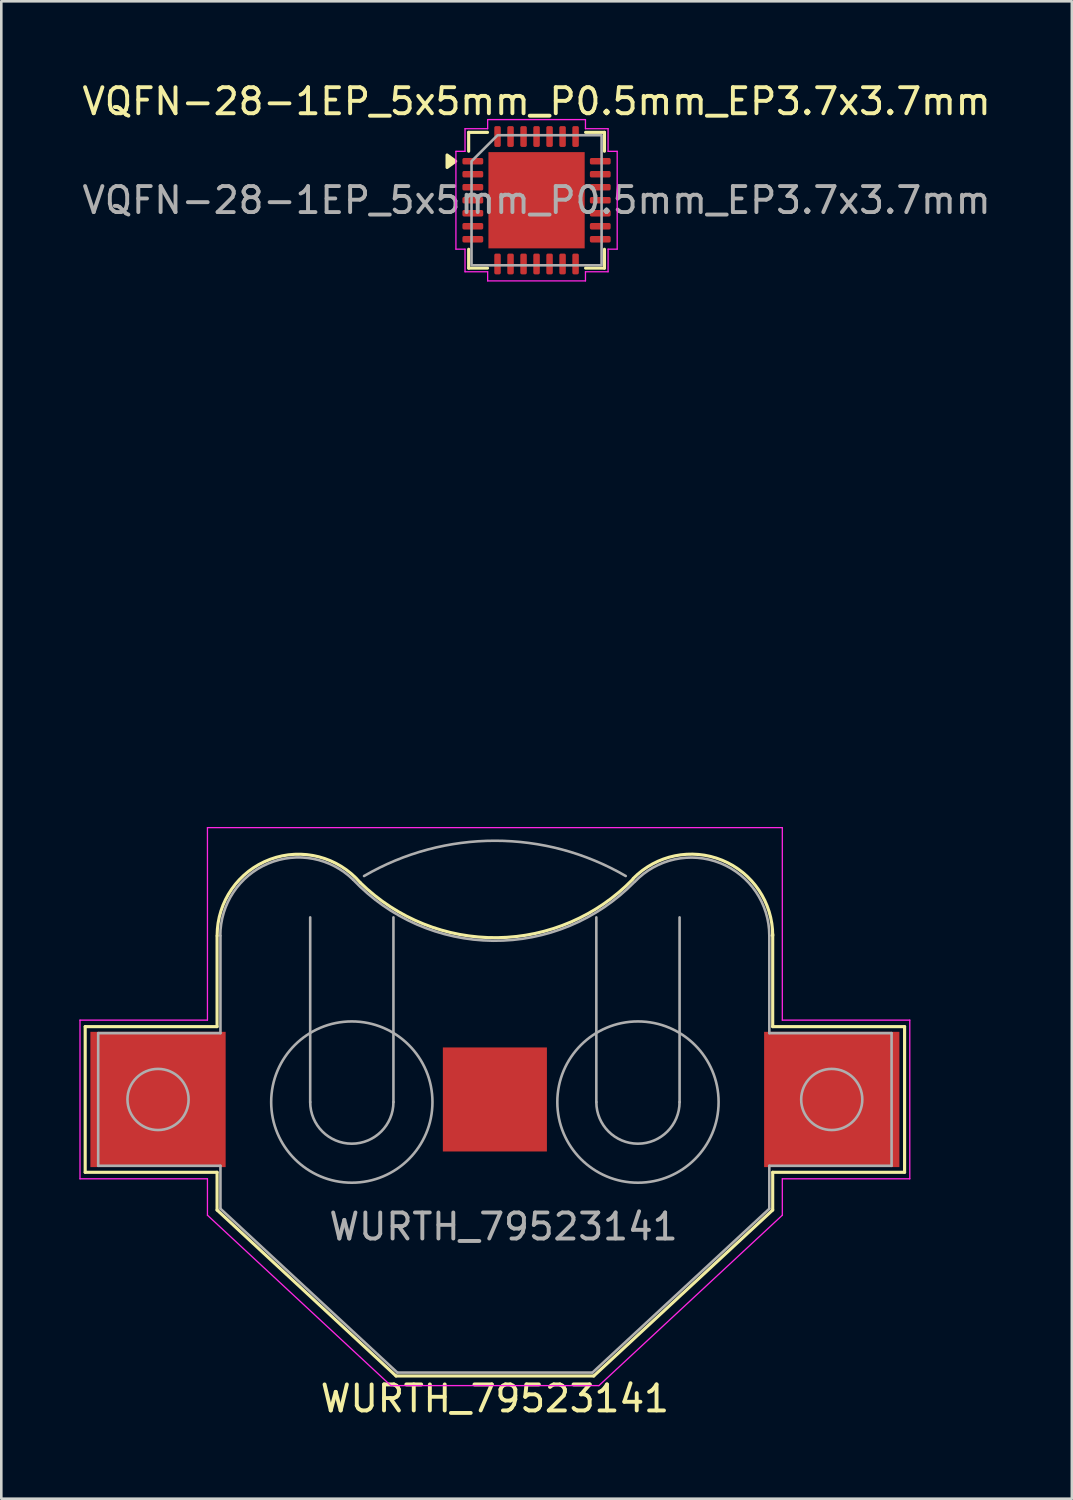
<source format=kicad_pcb>
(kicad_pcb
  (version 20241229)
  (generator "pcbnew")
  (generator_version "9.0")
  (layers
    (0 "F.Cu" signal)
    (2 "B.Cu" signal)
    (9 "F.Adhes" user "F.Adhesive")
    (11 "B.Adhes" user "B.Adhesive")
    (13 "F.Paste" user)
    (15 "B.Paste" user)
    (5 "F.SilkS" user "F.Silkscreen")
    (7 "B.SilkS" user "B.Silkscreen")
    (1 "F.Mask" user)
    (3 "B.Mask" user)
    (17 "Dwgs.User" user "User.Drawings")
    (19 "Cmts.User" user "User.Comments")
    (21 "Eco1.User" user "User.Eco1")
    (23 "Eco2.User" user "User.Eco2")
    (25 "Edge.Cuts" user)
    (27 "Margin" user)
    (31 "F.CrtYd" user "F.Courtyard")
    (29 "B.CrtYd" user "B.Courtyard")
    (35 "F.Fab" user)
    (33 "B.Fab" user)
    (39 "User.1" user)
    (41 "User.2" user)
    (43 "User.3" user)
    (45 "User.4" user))
  (footprint "WURTH_79523141"
    (layer "F.Cu")
    (at 15.975 39.217)
    (property "Reference" "WURTH_79523141" (at 0 11.5 0) (layer "F.SilkS") (effects (font (size 1 1) (thickness 0.15))))
    (attr smd)
    (fp_line (start -15.75 -2.8) (end -10.68 -2.8) (stroke (width 0.12) (type solid)) (layer "F.SilkS"))
    (fp_line (start -15.75 2.8) (end -15.75 -2.8) (stroke (width 0.12) (type solid)) (layer "F.SilkS"))
    (fp_line (start -15.75 2.8) (end -10.68 2.8) (stroke (width 0.12) (type solid)) (layer "F.SilkS"))
    (fp_line (start -10.68 -2.8) (end -10.68 -6.28) (stroke (width 0.12) (type solid)) (layer "F.SilkS"))
    (fp_line (start -10.68 2.8) (end -10.68 4.25) (stroke (width 0.12) (type solid)) (layer "F.SilkS"))
    (fp_line (start -10.68 4.25) (end -3.8 10.63) (stroke (width 0.12) (type solid)) (layer "F.SilkS"))
    (fp_line (start 3.8 10.63) (end -3.8 10.63) (stroke (width 0.12) (type solid)) (layer "F.SilkS"))
    (fp_line (start 10.68 -2.8) (end 10.68 -6.35) (stroke (width 0.12) (type solid)) (layer "F.SilkS"))
    (fp_line (start 10.68 2.8) (end 10.68 4.25) (stroke (width 0.12) (type solid)) (layer "F.SilkS"))
    (fp_line (start 10.68 2.8) (end 15.75 2.8) (stroke (width 0.12) (type solid)) (layer "F.SilkS"))
    (fp_line (start 10.68 4.25) (end 3.8 10.63) (stroke (width 0.12) (type solid)) (layer "F.SilkS"))
    (fp_line (start 15.75 -2.8) (end 10.68 -2.8) (stroke (width 0.12) (type solid)) (layer "F.SilkS"))
    (fp_line (start 15.75 2.8) (end 15.75 -2.8) (stroke (width 0.12) (type solid)) (layer "F.SilkS"))
    (fp_arc (start -10.677058 -6.3) (mid -8.637972 -9.23169) (end -5.180001 -8.339999) (stroke (width 0.12) (type solid)) (layer "F.SilkS"))
    (fp_arc (start 5.306422 -8.467392) (mid 0.096808 -6.218103) (end -5.169999 -8.330001) (stroke (width 0.12) (type solid)) (layer "F.SilkS"))
    (fp_arc (start 5.316452 -8.492753) (mid 8.734461 -9.197232) (end 10.68 -6.3) (stroke (width 0.12) (type solid)) (layer "F.SilkS"))
    (fp_line (start -15.95 -3.05) (end -15.95 3.05) (stroke (width 0.05) (type solid)) (layer "F.CrtYd"))
    (fp_line (start -15.95 -3.05) (end -11.05 -3.05) (stroke (width 0.05) (type solid)) (layer "F.CrtYd"))
    (fp_line (start -15.95 3.05) (end -11.05 3.05) (stroke (width 0.05) (type solid)) (layer "F.CrtYd"))
    (fp_line (start -11.05 -10.45) (end 11.05 -10.45) (stroke (width 0.05) (type solid)) (layer "F.CrtYd"))
    (fp_line (start -11.05 -3.05) (end -11.05 -10.45) (stroke (width 0.05) (type solid)) (layer "F.CrtYd"))
    (fp_line (start -11.05 3.05) (end -11.05 4.45) (stroke (width 0.05) (type solid)) (layer "F.CrtYd"))
    (fp_line (start -11.05 4.45) (end -4 11) (stroke (width 0.05) (type solid)) (layer "F.CrtYd"))
    (fp_line (start -4 11) (end 4 11) (stroke (width 0.05) (type solid)) (layer "F.CrtYd"))
    (fp_line (start 4 11) (end 11.05 4.45) (stroke (width 0.05) (type solid)) (layer "F.CrtYd"))
    (fp_line (start 11.05 -3.05) (end 11.05 -10.45) (stroke (width 0.05) (type solid)) (layer "F.CrtYd"))
    (fp_line (start 11.05 -3.05) (end 15.95 -3.05) (stroke (width 0.05) (type solid)) (layer "F.CrtYd"))
    (fp_line (start 11.05 3.05) (end 11.05 4.45) (stroke (width 0.05) (type solid)) (layer "F.CrtYd"))
    (fp_line (start 11.05 3.05) (end 15.95 3.05) (stroke (width 0.05) (type solid)) (layer "F.CrtYd"))
    (fp_line (start 15.95 3.05) (end 15.95 -3.05) (stroke (width 0.05) (type solid)) (layer "F.CrtYd"))
    (fp_line (start -15.25 -2.55) (end -15.25 2.55) (stroke (width 0.1) (type solid)) (layer "F.Fab"))
    (fp_line (start -15.25 -2.55) (end -10.55 -2.55) (stroke (width 0.1) (type solid)) (layer "F.Fab"))
    (fp_line (start -15.25 2.55) (end -10.55 2.55) (stroke (width 0.1) (type solid)) (layer "F.Fab"))
    (fp_line (start -10.55 -6.29) (end -10.55 -2.55) (stroke (width 0.1) (type solid)) (layer "F.Fab"))
    (fp_line (start -10.55 2.55) (end -10.55 4.2) (stroke (width 0.1) (type solid)) (layer "F.Fab"))
    (fp_line (start -10.55 4.2) (end -3.75 10.5) (stroke (width 0.1) (type solid)) (layer "F.Fab"))
    (fp_line (start -7.1 0.1) (end -7.1 -7) (stroke (width 0.1) (type solid)) (layer "F.Fab"))
    (fp_line (start -3.9 0.1) (end -3.9 -7) (stroke (width 0.1) (type solid)) (layer "F.Fab"))
    (fp_line (start -3.75 10.5) (end 3.75 10.5) (stroke (width 0.1) (type solid)) (layer "F.Fab"))
    (fp_line (start 3.9 0.1) (end 3.9 -7) (stroke (width 0.1) (type solid)) (layer "F.Fab"))
    (fp_line (start 7.1 0.1) (end 7.1 -7) (stroke (width 0.1) (type solid)) (layer "F.Fab"))
    (fp_line (start 10.55 -6.3) (end 10.55 -2.55) (stroke (width 0.1) (type solid)) (layer "F.Fab"))
    (fp_line (start 10.55 -2.55) (end 15.25 -2.55) (stroke (width 0.1) (type solid)) (layer "F.Fab"))
    (fp_line (start 10.55 2.55) (end 10.55 4.2) (stroke (width 0.1) (type solid)) (layer "F.Fab"))
    (fp_line (start 10.55 2.55) (end 15.25 2.55) (stroke (width 0.1) (type solid)) (layer "F.Fab"))
    (fp_line (start 10.55 4.2) (end 3.75 10.5) (stroke (width 0.1) (type solid)) (layer "F.Fab"))
    (fp_line (start 15.25 2.55) (end 15.25 -2.55) (stroke (width 0.1) (type solid)) (layer "F.Fab"))
    (fp_arc (start -10.55541 -6.3) (mid -8.716433 -9.069824) (end -5.450001 -8.449999) (stroke (width 0.1) (type solid)) (layer "F.Fab"))
    (fp_arc (start -5.03 -8.59) (mid 0.000119 -9.946168) (end 5.030206 -8.58988) (stroke (width 0.1) (type default)) (layer "F.Fab"))
    (fp_arc (start -3.9 0.1) (mid -5.5 1.7) (end -7.1 0.1) (stroke (width 0.1) (type solid)) (layer "F.Fab"))
    (fp_arc (start 5.351903 -8.348132) (mid -0.070711 -6.102001) (end -5.449999 -8.450001) (stroke (width 0.1) (type solid)) (layer "F.Fab"))
    (fp_arc (start 5.376326 -8.367641) (mid 8.663323 -9.085769) (end 10.55 -6.3) (stroke (width 0.1) (type solid)) (layer "F.Fab"))
    (fp_arc (start 7.1 0.1) (mid 5.5 1.7) (end 3.9 0.1) (stroke (width 0.1) (type solid)) (layer "F.Fab"))
    (fp_circle (center -12.95 0) (end -11.775 0) (stroke (width 0.1) (type solid)) (fill no) (layer "F.Fab"))
    (fp_circle (center -5.5 0.1) (end -2.4 0.1) (stroke (width 0.1) (type solid)) (fill no) (layer "F.Fab"))
    (fp_circle (center 5.5 0.1) (end 8.6 0.1) (stroke (width 0.1) (type solid)) (fill no) (layer "F.Fab"))
    (fp_circle (center 12.95 0) (end 14.125 0) (stroke (width 0.1) (type solid)) (fill no) (layer "F.Fab"))
    (fp_text user "${REFERENCE}" (at 0.33 4.89 0) (layer "F.Fab") (effects (font (size 1 1) (thickness 0.15))))
    (pad "1" smd rect (at -12.95 0) (size 5.2 5.2) (layers "F.Cu" "F.Mask" "F.Paste"))
    (pad "1" smd rect (at 12.95 0) (size 5.2 5.2) (layers "F.Cu" "F.Mask" "F.Paste"))
    (pad "2" smd rect (at 0 0) (size 4 4) (layers "F.Cu" "F.Mask" "F.Paste"))
    (zone (net_name "") (layers "F.Cu" "F.Fab") (hatch edge 0.5) (connect_pads) (min_thickness 0.25) (filled_areas_thickness no) (keepout (tracks allowed) (vias allowed) (pads allowed) (copperpour allowed) (footprints not_allowed)) (placement (enabled no)) (fill) (polygon (pts (xy 16.944 10.813) (xy 17.589 10.893) (xy 18.228 11.012) (xy 18.858 11.171) (xy 19.477 11.368) (xy 20.083 11.603) (xy 20.674 11.874) (xy 21.246 12.182) (xy 21.798 12.524) (xy 22.329 12.899) (xy 22.835 13.307) (xy 23.315 13.744) (xy 23.768 14.211) (xy 24.19 14.704) (xy 24.582 15.223) (xy 24.941 15.764) (xy 25.266 16.327) (xy 25.555 16.909) (xy 25.809 17.507) (xy 26.025 18.12) (xy 26.202 18.745) (xy 26.341 19.38) (xy 26.441 20.022) (xy 26.501 20.669) (xy 26.521 21.318) (xy 26.501 21.968) (xy 26.441 22.615) (xy 26.341 23.257) (xy 26.202 23.892) (xy 26.025 24.517) (xy 25.809 25.13) (xy 25.555 25.728) (xy 25.266 26.31) (xy 24.941 26.872) (xy 24.582 27.414) (xy 24.19 27.932) (xy 23.768 28.426) (xy 23.315 28.892) (xy 22.835 29.33) (xy 22.329 29.738) (xy 21.798 30.113) (xy 21.246 30.455) (xy 20.674 30.762) (xy 20.083 31.034) (xy 19.477 31.269) (xy 18.858 31.466) (xy 18.228 31.624) (xy 17.589 31.744) (xy 16.944 31.823) (xy 16.296 31.863) (xy 15.646 31.863) (xy 14.998 31.823) (xy 14.353 31.744) (xy 13.714 31.624) (xy 13.084 31.466) (xy 12.465 31.269) (xy 11.859 31.034) (xy 11.268 30.762) (xy 10.696 30.455) (xy 10.143 30.113) (xy 9.613 29.738) (xy 9.107 29.33) (xy 8.627 28.892) (xy 8.174 28.426) (xy 7.752 27.932) (xy 7.36 27.414) (xy 7.001 26.872) (xy 6.676 26.31) (xy 6.387 25.728) (xy 6.133 25.13) (xy 5.917 24.517) (xy 5.739 23.892) (xy 5.6 23.257) (xy 5.501 22.615) (xy 5.441 21.968) (xy 5.421 21.318) (xy 5.441 20.669) (xy 5.501 20.022) (xy 5.6 19.38) (xy 5.739 18.745) (xy 5.917 18.12) (xy 6.133 17.507) (xy 6.387 16.909) (xy 6.676 16.327) (xy 7.001 15.764) (xy 7.36 15.223) (xy 7.752 14.704) (xy 8.174 14.211) (xy 8.627 13.744) (xy 9.107 13.307) (xy 9.613 12.899) (xy 10.143 12.524) (xy 10.696 12.182) (xy 11.268 11.874) (xy 11.859 11.603) (xy 12.465 11.368) (xy 13.084 11.171) (xy 13.714 11.012) (xy 14.353 10.893) (xy 14.998 10.813) (xy 15.646 10.773) (xy 16.296 10.773)))))
  (footprint "VQFN-28-1EP_5x5mm_P0.5mm_EP3.7x3.7mm"
    (layer "F.Cu")
    (at 17.577 4.648)
    (property "Reference" "VQFN-28-1EP_5x5mm_P0.5mm_EP3.7x3.7mm" (at 0 -3.8 0) (layer "F.SilkS") (effects (font (size 1 1) (thickness 0.15))))
    (attr smd)
    (fp_line (start -2.61 -2.61) (end -1.885 -2.61) (stroke (width 0.12) (type solid)) (layer "F.SilkS"))
    (fp_line (start -2.61 -1.885) (end -2.61 -2.61) (stroke (width 0.12) (type solid)) (layer "F.SilkS"))
    (fp_line (start -2.61 2.61) (end -2.61 1.885) (stroke (width 0.12) (type solid)) (layer "F.SilkS"))
    (fp_line (start -1.885 2.61) (end -2.61 2.61) (stroke (width 0.12) (type solid)) (layer "F.SilkS"))
    (fp_line (start 1.885 -2.61) (end 2.61 -2.61) (stroke (width 0.12) (type solid)) (layer "F.SilkS"))
    (fp_line (start 2.61 -2.61) (end 2.61 -1.885) (stroke (width 0.12) (type solid)) (layer "F.SilkS"))
    (fp_line (start 2.61 1.885) (end 2.61 2.61) (stroke (width 0.12) (type solid)) (layer "F.SilkS"))
    (fp_line (start 2.61 2.61) (end 1.885 2.61) (stroke (width 0.12) (type solid)) (layer "F.SilkS"))
    (fp_poly (pts (xy -3.11 -1.5) (xy -3.44 -1.26) (xy -3.44 -1.74)) (stroke (width 0.12) (type solid)) (fill yes) (layer "F.SilkS"))
    (fp_line (start -3.1 -1.88) (end -2.75 -1.88) (stroke (width 0.05) (type solid)) (layer "F.CrtYd"))
    (fp_line (start -3.1 1.88) (end -3.1 -1.88) (stroke (width 0.05) (type solid)) (layer "F.CrtYd"))
    (fp_line (start -2.75 -2.75) (end -1.88 -2.75) (stroke (width 0.05) (type solid)) (layer "F.CrtYd"))
    (fp_line (start -2.75 -1.88) (end -2.75 -2.75) (stroke (width 0.05) (type solid)) (layer "F.CrtYd"))
    (fp_line (start -2.75 1.88) (end -3.1 1.88) (stroke (width 0.05) (type solid)) (layer "F.CrtYd"))
    (fp_line (start -2.75 2.75) (end -2.75 1.88) (stroke (width 0.05) (type solid)) (layer "F.CrtYd"))
    (fp_line (start -1.88 -3.1) (end 1.88 -3.1) (stroke (width 0.05) (type solid)) (layer "F.CrtYd"))
    (fp_line (start -1.88 -2.75) (end -1.88 -3.1) (stroke (width 0.05) (type solid)) (layer "F.CrtYd"))
    (fp_line (start -1.88 2.75) (end -2.75 2.75) (stroke (width 0.05) (type solid)) (layer "F.CrtYd"))
    (fp_line (start -1.88 3.1) (end -1.88 2.75) (stroke (width 0.05) (type solid)) (layer "F.CrtYd"))
    (fp_line (start 1.88 -3.1) (end 1.88 -2.75) (stroke (width 0.05) (type solid)) (layer "F.CrtYd"))
    (fp_line (start 1.88 -2.75) (end 2.75 -2.75) (stroke (width 0.05) (type solid)) (layer "F.CrtYd"))
    (fp_line (start 1.88 2.75) (end 1.88 3.1) (stroke (width 0.05) (type solid)) (layer "F.CrtYd"))
    (fp_line (start 1.88 3.1) (end -1.88 3.1) (stroke (width 0.05) (type solid)) (layer "F.CrtYd"))
    (fp_line (start 2.75 -2.75) (end 2.75 -1.88) (stroke (width 0.05) (type solid)) (layer "F.CrtYd"))
    (fp_line (start 2.75 -1.88) (end 3.1 -1.88) (stroke (width 0.05) (type solid)) (layer "F.CrtYd"))
    (fp_line (start 2.75 1.88) (end 2.75 2.75) (stroke (width 0.05) (type solid)) (layer "F.CrtYd"))
    (fp_line (start 2.75 2.75) (end 1.88 2.75) (stroke (width 0.05) (type solid)) (layer "F.CrtYd"))
    (fp_line (start 3.1 -1.88) (end 3.1 1.88) (stroke (width 0.05) (type solid)) (layer "F.CrtYd"))
    (fp_line (start 3.1 1.88) (end 2.75 1.88) (stroke (width 0.05) (type solid)) (layer "F.CrtYd"))
    (fp_poly (pts (xy -2.5 -1.5) (xy -2.5 2.5) (xy 2.5 2.5) (xy 2.5 -2.5) (xy -1.5 -2.5)) (stroke (width 0.1) (type solid)) (fill no) (layer "F.Fab"))
    (fp_text user "${REFERENCE}" (at 0 0 0) (layer "F.Fab") (effects (font (size 1 1) (thickness 0.15))))
    (pad "" smd roundrect (at -0.925 -0.925) (size 1.49 1.49) (layers "F.Paste") (roundrect_rratio 0.168))
    (pad "" smd roundrect (at -0.925 0.925) (size 1.49 1.49) (layers "F.Paste") (roundrect_rratio 0.168))
    (pad "" smd roundrect (at 0.925 -0.925) (size 1.49 1.49) (layers "F.Paste") (roundrect_rratio 0.168))
    (pad "" smd roundrect (at 0.925 0.925) (size 1.49 1.49) (layers "F.Paste") (roundrect_rratio 0.168))
    (pad "1" smd roundrect (at -2.45 -1.5) (size 0.8 0.25) (layers "F.Cu" "F.Mask" "F.Paste") (roundrect_rratio 0.25))
    (pad "2" smd roundrect (at -2.45 -1) (size 0.8 0.25) (layers "F.Cu" "F.Mask" "F.Paste") (roundrect_rratio 0.25))
    (pad "3" smd roundrect (at -2.45 -0.5) (size 0.8 0.25) (layers "F.Cu" "F.Mask" "F.Paste") (roundrect_rratio 0.25))
    (pad "4" smd roundrect (at -2.45 0) (size 0.8 0.25) (layers "F.Cu" "F.Mask" "F.Paste") (roundrect_rratio 0.25))
    (pad "5" smd roundrect (at -2.45 0.5) (size 0.8 0.25) (layers "F.Cu" "F.Mask" "F.Paste") (roundrect_rratio 0.25))
    (pad "6" smd roundrect (at -2.45 1) (size 0.8 0.25) (layers "F.Cu" "F.Mask" "F.Paste") (roundrect_rratio 0.25))
    (pad "7" smd roundrect (at -2.45 1.5) (size 0.8 0.25) (layers "F.Cu" "F.Mask" "F.Paste") (roundrect_rratio 0.25))
    (pad "8" smd roundrect (at -1.5 2.45) (size 0.25 0.8) (layers "F.Cu" "F.Mask" "F.Paste") (roundrect_rratio 0.25))
    (pad "9" smd roundrect (at -1 2.45) (size 0.25 0.8) (layers "F.Cu" "F.Mask" "F.Paste") (roundrect_rratio 0.25))
    (pad "10" smd roundrect (at -0.5 2.45) (size 0.25 0.8) (layers "F.Cu" "F.Mask" "F.Paste") (roundrect_rratio 0.25))
    (pad "11" smd roundrect (at 0 2.45) (size 0.25 0.8) (layers "F.Cu" "F.Mask" "F.Paste") (roundrect_rratio 0.25))
    (pad "12" smd roundrect (at 0.5 2.45) (size 0.25 0.8) (layers "F.Cu" "F.Mask" "F.Paste") (roundrect_rratio 0.25))
    (pad "13" smd roundrect (at 1 2.45) (size 0.25 0.8) (layers "F.Cu" "F.Mask" "F.Paste") (roundrect_rratio 0.25))
    (pad "14" smd roundrect (at 1.5 2.45) (size 0.25 0.8) (layers "F.Cu" "F.Mask" "F.Paste") (roundrect_rratio 0.25))
    (pad "15" smd roundrect (at 2.45 1.5) (size 0.8 0.25) (layers "F.Cu" "F.Mask" "F.Paste") (roundrect_rratio 0.25))
    (pad "16" smd roundrect (at 2.45 1) (size 0.8 0.25) (layers "F.Cu" "F.Mask" "F.Paste") (roundrect_rratio 0.25))
    (pad "17" smd roundrect (at 2.45 0.5) (size 0.8 0.25) (layers "F.Cu" "F.Mask" "F.Paste") (roundrect_rratio 0.25))
    (pad "18" smd roundrect (at 2.45 0) (size 0.8 0.25) (layers "F.Cu" "F.Mask" "F.Paste") (roundrect_rratio 0.25))
    (pad "19" smd roundrect (at 2.45 -0.5) (size 0.8 0.25) (layers "F.Cu" "F.Mask" "F.Paste") (roundrect_rratio 0.25))
    (pad "20" smd roundrect (at 2.45 -1) (size 0.8 0.25) (layers "F.Cu" "F.Mask" "F.Paste") (roundrect_rratio 0.25))
    (pad "21" smd roundrect (at 2.45 -1.5) (size 0.8 0.25) (layers "F.Cu" "F.Mask" "F.Paste") (roundrect_rratio 0.25))
    (pad "22" smd roundrect (at 1.5 -2.45) (size 0.25 0.8) (layers "F.Cu" "F.Mask" "F.Paste") (roundrect_rratio 0.25))
    (pad "23" smd roundrect (at 1 -2.45) (size 0.25 0.8) (layers "F.Cu" "F.Mask" "F.Paste") (roundrect_rratio 0.25))
    (pad "24" smd roundrect (at 0.5 -2.45) (size 0.25 0.8) (layers "F.Cu" "F.Mask" "F.Paste") (roundrect_rratio 0.25))
    (pad "25" smd roundrect (at 0 -2.45) (size 0.25 0.8) (layers "F.Cu" "F.Mask" "F.Paste") (roundrect_rratio 0.25))
    (pad "26" smd roundrect (at -0.5 -2.45) (size 0.25 0.8) (layers "F.Cu" "F.Mask" "F.Paste") (roundrect_rratio 0.25))
    (pad "27" smd roundrect (at -1 -2.45) (size 0.25 0.8) (layers "F.Cu" "F.Mask" "F.Paste") (roundrect_rratio 0.25))
    (pad "28" smd roundrect (at -1.5 -2.45) (size 0.25 0.8) (layers "F.Cu" "F.Mask" "F.Paste") (roundrect_rratio 0.25))
    (pad "29" smd rect (at 0 0) (size 3.7 3.7) (property pad_prop_heatsink) (layers "F.Cu" "F.Mask")))
  (gr_rect
    (start -3 -3)
    (end 38.155 54.565)
    (stroke (width 0.1) (type default))
    (fill no)
    (layer "Edge.Cuts")))
</source>
